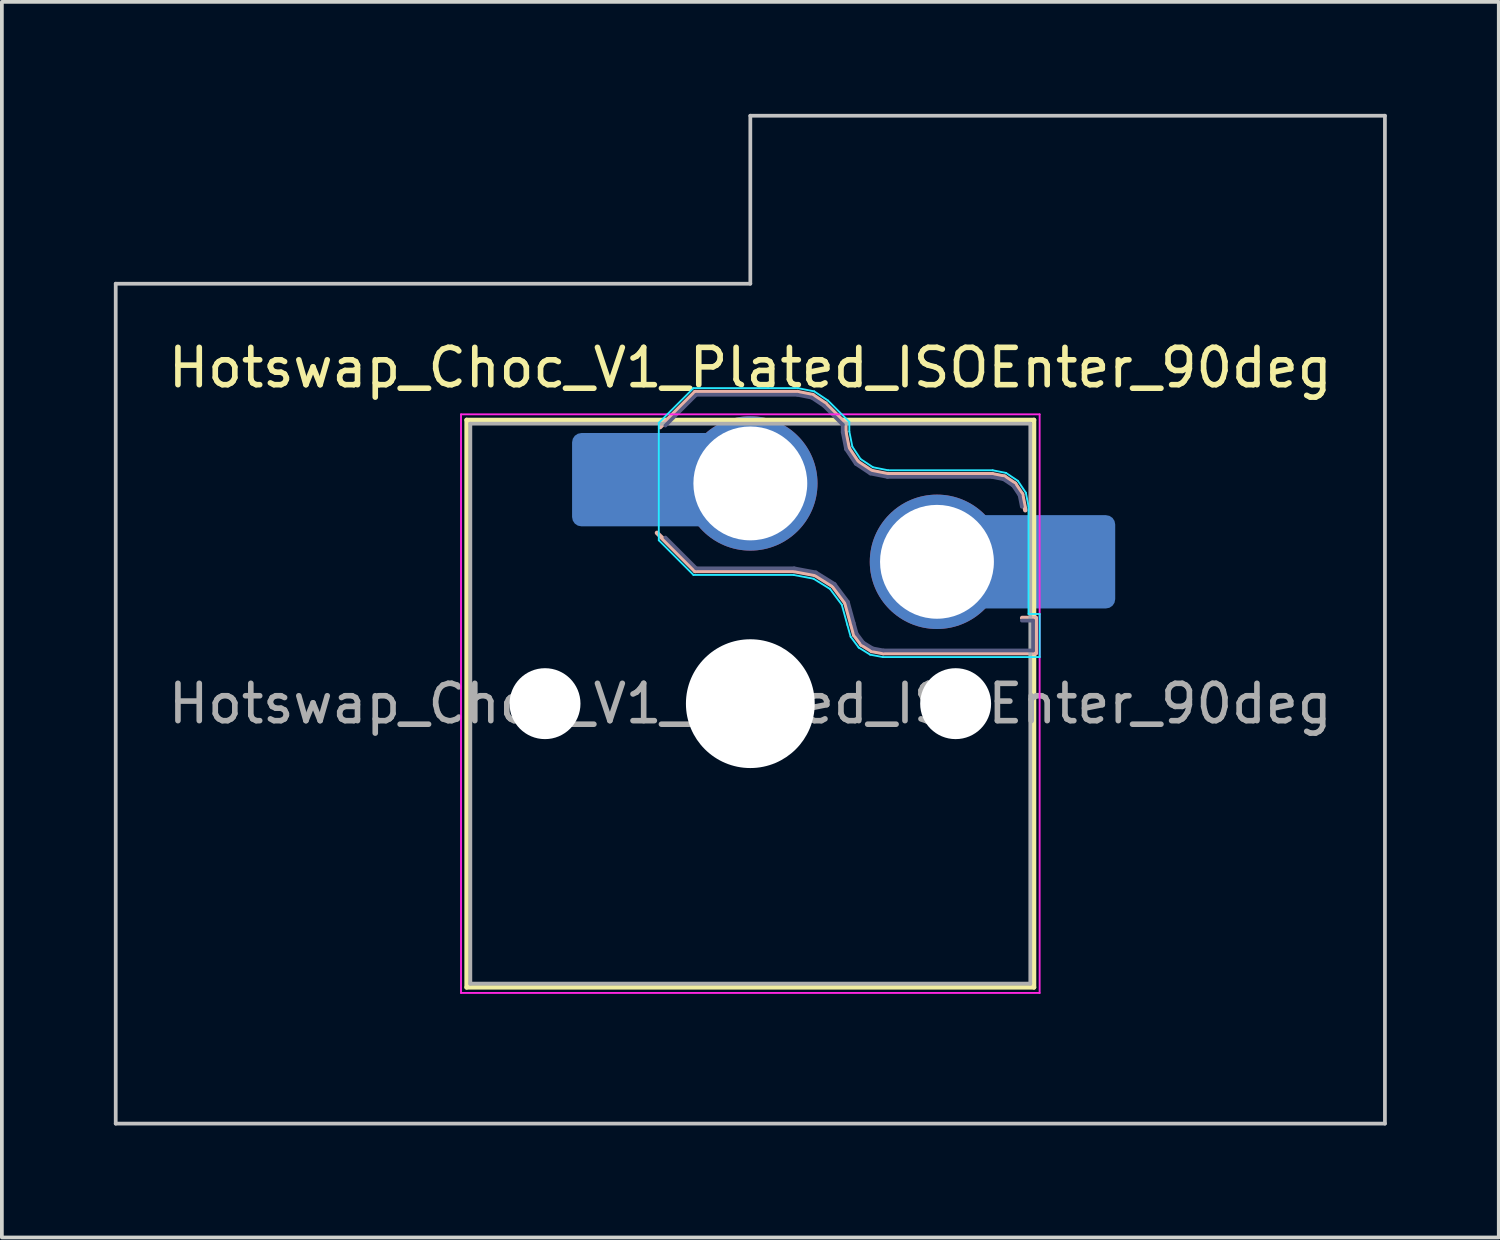
<source format=kicad_pcb>
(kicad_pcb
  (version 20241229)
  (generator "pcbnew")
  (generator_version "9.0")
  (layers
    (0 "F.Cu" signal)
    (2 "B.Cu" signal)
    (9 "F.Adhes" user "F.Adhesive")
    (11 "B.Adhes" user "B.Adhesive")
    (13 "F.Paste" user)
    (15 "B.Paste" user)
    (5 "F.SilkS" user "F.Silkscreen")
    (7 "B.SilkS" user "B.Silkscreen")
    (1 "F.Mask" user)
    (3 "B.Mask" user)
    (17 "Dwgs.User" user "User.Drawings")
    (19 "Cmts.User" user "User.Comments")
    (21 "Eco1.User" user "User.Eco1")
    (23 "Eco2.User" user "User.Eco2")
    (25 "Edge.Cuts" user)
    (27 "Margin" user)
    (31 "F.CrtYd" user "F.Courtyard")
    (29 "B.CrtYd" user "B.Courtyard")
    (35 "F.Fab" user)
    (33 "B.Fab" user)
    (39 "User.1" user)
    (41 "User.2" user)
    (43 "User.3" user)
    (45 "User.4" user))
  (footprint "Hotswap_Choc_V1_Plated_ISOEnter_90deg"
    (layer "F.Cu")
    (at 17.05 15.8)
    (property "Reference" "Hotswap_Choc_V1_Plated_ISOEnter_90deg" (at 0 -9 0) (layer "F.SilkS") (effects (font (size 1 1) (thickness 0.15))))
    (attr smd allow_soldermask_bridges)
    (fp_line (start -7.6 -7.6) (end -7.6 7.6) (stroke (width 0.12) (type solid)) (layer "F.SilkS"))
    (fp_line (start -7.6 7.6) (end 7.6 7.6) (stroke (width 0.12) (type solid)) (layer "F.SilkS"))
    (fp_line (start 7.6 -7.6) (end -7.6 -7.6) (stroke (width 0.12) (type solid)) (layer "F.SilkS"))
    (fp_line (start 7.6 7.6) (end 7.6 -7.6) (stroke (width 0.12) (type solid)) (layer "F.SilkS"))
    (fp_line (start -2.416 -7.409) (end -1.479 -8.346) (stroke (width 0.12) (type solid)) (layer "B.SilkS"))
    (fp_line (start -1.479 -8.346) (end 1.268 -8.346) (stroke (width 0.12) (type solid)) (layer "B.SilkS"))
    (fp_line (start -1.479 -3.554) (end -2.5 -4.575) (stroke (width 0.12) (type solid)) (layer "B.SilkS"))
    (fp_line (start 1.168 -3.554) (end -1.479 -3.554) (stroke (width 0.12) (type solid)) (layer "B.SilkS"))
    (fp_line (start 1.268 -8.346) (end 1.671 -8.266) (stroke (width 0.12) (type solid)) (layer "B.SilkS"))
    (fp_line (start 1.671 -8.266) (end 2.013 -8.037) (stroke (width 0.12) (type solid)) (layer "B.SilkS"))
    (fp_line (start 1.73 -3.449) (end 1.168 -3.554) (stroke (width 0.12) (type solid)) (layer "B.SilkS"))
    (fp_line (start 2.013 -8.037) (end 2.546 -7.504) (stroke (width 0.12) (type solid)) (layer "B.SilkS"))
    (fp_line (start 2.209 -3.15) (end 1.73 -3.449) (stroke (width 0.12) (type solid)) (layer "B.SilkS"))
    (fp_line (start 2.546 -7.504) (end 2.546 -7.282) (stroke (width 0.12) (type solid)) (layer "B.SilkS"))
    (fp_line (start 2.546 -7.282) (end 2.633 -6.844) (stroke (width 0.12) (type solid)) (layer "B.SilkS"))
    (fp_line (start 2.547 -2.697) (end 2.209 -3.15) (stroke (width 0.12) (type solid)) (layer "B.SilkS"))
    (fp_line (start 2.633 -6.844) (end 2.877 -6.477) (stroke (width 0.12) (type solid)) (layer "B.SilkS"))
    (fp_line (start 2.701 -2.139) (end 2.547 -2.697) (stroke (width 0.12) (type solid)) (layer "B.SilkS"))
    (fp_line (start 2.783 -1.841) (end 2.701 -2.139) (stroke (width 0.12) (type solid)) (layer "B.SilkS"))
    (fp_line (start 2.877 -6.477) (end 3.244 -6.233) (stroke (width 0.12) (type solid)) (layer "B.SilkS"))
    (fp_line (start 2.976 -1.583) (end 2.783 -1.841) (stroke (width 0.12) (type solid)) (layer "B.SilkS"))
    (fp_line (start 3.244 -6.233) (end 3.682 -6.146) (stroke (width 0.12) (type solid)) (layer "B.SilkS"))
    (fp_line (start 3.25 -1.413) (end 2.976 -1.583) (stroke (width 0.12) (type solid)) (layer "B.SilkS"))
    (fp_line (start 3.56 -1.354) (end 3.25 -1.413) (stroke (width 0.12) (type solid)) (layer "B.SilkS"))
    (fp_line (start 3.682 -6.146) (end 6.482 -6.146) (stroke (width 0.12) (type solid)) (layer "B.SilkS"))
    (fp_line (start 6.482 -6.146) (end 6.809 -6.081) (stroke (width 0.12) (type solid)) (layer "B.SilkS"))
    (fp_line (start 6.809 -6.081) (end 7.092 -5.892) (stroke (width 0.12) (type solid)) (layer "B.SilkS"))
    (fp_line (start 7.092 -5.892) (end 7.281 -5.609) (stroke (width 0.12) (type solid)) (layer "B.SilkS"))
    (fp_line (start 7.281 -5.609) (end 7.366 -5.182) (stroke (width 0.12) (type solid)) (layer "B.SilkS"))
    (fp_line (start 7.283 -2.296) (end 7.646 -2.296) (stroke (width 0.12) (type solid)) (layer "B.SilkS"))
    (fp_line (start 7.646 -2.296) (end 7.646 -1.354) (stroke (width 0.12) (type solid)) (layer "B.SilkS"))
    (fp_line (start 7.646 -1.354) (end 3.56 -1.354) (stroke (width 0.12) (type solid)) (layer "B.SilkS"))
    (fp_line (start -17 -11.25) (end -17 11.25) (stroke (width 0.1) (type solid)) (layer "Dwgs.User"))
    (fp_line (start -17 11.25) (end 17 11.25) (stroke (width 0.1) (type solid)) (layer "Dwgs.User"))
    (fp_line (start 0 -15.75) (end 0 -11.25) (stroke (width 0.1) (type solid)) (layer "Dwgs.User"))
    (fp_line (start 0 -11.25) (end -17 -11.25) (stroke (width 0.1) (type solid)) (layer "Dwgs.User"))
    (fp_line (start 17 -15.75) (end 0 -15.75) (stroke (width 0.1) (type solid)) (layer "Dwgs.User"))
    (fp_line (start 17 11.25) (end 17 -15.75) (stroke (width 0.1) (type solid)) (layer "Dwgs.User"))
    (fp_line (start -7.25 -7.25) (end -7.25 7.25) (stroke (width 0.1) (type solid)) (layer "Eco1.User"))
    (fp_line (start -7.25 7.25) (end 7.25 7.25) (stroke (width 0.1) (type solid)) (layer "Eco1.User"))
    (fp_line (start 7.25 -7.25) (end -7.25 -7.25) (stroke (width 0.1) (type solid)) (layer "Eco1.User"))
    (fp_line (start 7.25 7.25) (end 7.25 -7.25) (stroke (width 0.1) (type solid)) (layer "Eco1.User"))
    (fp_line (start -2.452 -7.523) (end -1.523 -8.452) (stroke (width 0.05) (type solid)) (layer "B.CrtYd"))
    (fp_line (start -2.452 -4.377) (end -2.452 -7.523) (stroke (width 0.05) (type solid)) (layer "B.CrtYd"))
    (fp_line (start -1.523 -8.452) (end 1.278 -8.452) (stroke (width 0.05) (type solid)) (layer "B.CrtYd"))
    (fp_line (start -1.523 -3.448) (end -2.452 -4.377) (stroke (width 0.05) (type solid)) (layer "B.CrtYd"))
    (fp_line (start 1.159 -3.448) (end -1.523 -3.448) (stroke (width 0.05) (type solid)) (layer "B.CrtYd"))
    (fp_line (start 1.278 -8.452) (end 1.712 -8.366) (stroke (width 0.05) (type solid)) (layer "B.CrtYd"))
    (fp_line (start 1.691 -3.348) (end 1.159 -3.448) (stroke (width 0.05) (type solid)) (layer "B.CrtYd"))
    (fp_line (start 1.712 -8.366) (end 2.081 -8.119) (stroke (width 0.05) (type solid)) (layer "B.CrtYd"))
    (fp_line (start 2.081 -8.119) (end 2.652 -7.548) (stroke (width 0.05) (type solid)) (layer "B.CrtYd"))
    (fp_line (start 2.136 -3.071) (end 1.691 -3.348) (stroke (width 0.05) (type solid)) (layer "B.CrtYd"))
    (fp_line (start 2.45 -2.65) (end 2.136 -3.071) (stroke (width 0.05) (type solid)) (layer "B.CrtYd"))
    (fp_line (start 2.599 -2.111) (end 2.45 -2.65) (stroke (width 0.05) (type solid)) (layer "B.CrtYd"))
    (fp_line (start 2.652 -7.548) (end 2.652 -7.292) (stroke (width 0.05) (type solid)) (layer "B.CrtYd"))
    (fp_line (start 2.652 -7.292) (end 2.733 -6.885) (stroke (width 0.05) (type solid)) (layer "B.CrtYd"))
    (fp_line (start 2.687 -1.794) (end 2.599 -2.111) (stroke (width 0.05) (type solid)) (layer "B.CrtYd"))
    (fp_line (start 2.733 -6.885) (end 2.953 -6.553) (stroke (width 0.05) (type solid)) (layer "B.CrtYd"))
    (fp_line (start 2.903 -1.503) (end 2.687 -1.794) (stroke (width 0.05) (type solid)) (layer "B.CrtYd"))
    (fp_line (start 2.953 -6.553) (end 3.285 -6.333) (stroke (width 0.05) (type solid)) (layer "B.CrtYd"))
    (fp_line (start 3.211 -1.312) (end 2.903 -1.503) (stroke (width 0.05) (type solid)) (layer "B.CrtYd"))
    (fp_line (start 3.285 -6.333) (end 3.692 -6.252) (stroke (width 0.05) (type solid)) (layer "B.CrtYd"))
    (fp_line (start 3.55 -1.248) (end 3.211 -1.312) (stroke (width 0.05) (type solid)) (layer "B.CrtYd"))
    (fp_line (start 3.692 -6.252) (end 6.492 -6.252) (stroke (width 0.05) (type solid)) (layer "B.CrtYd"))
    (fp_line (start 6.492 -6.252) (end 6.85 -6.181) (stroke (width 0.05) (type solid)) (layer "B.CrtYd"))
    (fp_line (start 6.85 -6.181) (end 7.168 -5.968) (stroke (width 0.05) (type solid)) (layer "B.CrtYd"))
    (fp_line (start 7.168 -5.968) (end 7.381 -5.65) (stroke (width 0.05) (type solid)) (layer "B.CrtYd"))
    (fp_line (start 7.381 -5.65) (end 7.452 -5.292) (stroke (width 0.05) (type solid)) (layer "B.CrtYd"))
    (fp_line (start 7.452 -5.292) (end 7.452 -2.402) (stroke (width 0.05) (type solid)) (layer "B.CrtYd"))
    (fp_line (start 7.452 -2.402) (end 7.752 -2.402) (stroke (width 0.05) (type solid)) (layer "B.CrtYd"))
    (fp_line (start 7.752 -2.402) (end 7.752 -1.248) (stroke (width 0.05) (type solid)) (layer "B.CrtYd"))
    (fp_line (start 7.752 -1.248) (end 3.55 -1.248) (stroke (width 0.05) (type solid)) (layer "B.CrtYd"))
    (fp_line (start -7.75 -7.75) (end -7.75 7.75) (stroke (width 0.05) (type solid)) (layer "F.CrtYd"))
    (fp_line (start -7.75 7.75) (end 7.75 7.75) (stroke (width 0.05) (type solid)) (layer "F.CrtYd"))
    (fp_line (start 7.75 -7.75) (end -7.75 -7.75) (stroke (width 0.05) (type solid)) (layer "F.CrtYd"))
    (fp_line (start 7.75 7.75) (end 7.75 -7.75) (stroke (width 0.05) (type solid)) (layer "F.CrtYd"))
    (fp_line (start -2.275 -7.45) (end -1.45 -8.275) (stroke (width 0.1) (type solid)) (layer "B.Fab"))
    (fp_line (start -1.45 -8.275) (end 1.261 -8.275) (stroke (width 0.1) (type solid)) (layer "B.Fab"))
    (fp_line (start -1.45 -3.625) (end -2.275 -4.45) (stroke (width 0.1) (type solid)) (layer "B.Fab"))
    (fp_line (start 1.175 -3.625) (end -1.45 -3.625) (stroke (width 0.1) (type solid)) (layer "B.Fab"))
    (fp_line (start 1.261 -8.275) (end 1.643 -8.199) (stroke (width 0.1) (type solid)) (layer "B.Fab"))
    (fp_line (start 1.643 -8.199) (end 1.968 -7.982) (stroke (width 0.1) (type solid)) (layer "B.Fab"))
    (fp_line (start 1.756 -3.516) (end 1.175 -3.625) (stroke (width 0.1) (type solid)) (layer "B.Fab"))
    (fp_line (start 1.968 -7.982) (end 2.475 -7.475) (stroke (width 0.1) (type solid)) (layer "B.Fab"))
    (fp_line (start 2.258 -3.203) (end 1.756 -3.516) (stroke (width 0.1) (type solid)) (layer "B.Fab"))
    (fp_line (start 2.475 -7.475) (end 2.475 -7.275) (stroke (width 0.1) (type solid)) (layer "B.Fab"))
    (fp_line (start 2.475 -7.275) (end 2.566 -6.816) (stroke (width 0.1) (type solid)) (layer "B.Fab"))
    (fp_line (start 2.566 -6.816) (end 2.826 -6.426) (stroke (width 0.1) (type solid)) (layer "B.Fab"))
    (fp_line (start 2.612 -2.729) (end 2.258 -3.203) (stroke (width 0.1) (type solid)) (layer "B.Fab"))
    (fp_line (start 2.769 -2.158) (end 2.612 -2.729) (stroke (width 0.1) (type solid)) (layer "B.Fab"))
    (fp_line (start 2.826 -6.426) (end 3.216 -6.166) (stroke (width 0.1) (type solid)) (layer "B.Fab"))
    (fp_line (start 2.848 -1.873) (end 2.769 -2.158) (stroke (width 0.1) (type solid)) (layer "B.Fab"))
    (fp_line (start 3.025 -1.636) (end 2.848 -1.873) (stroke (width 0.1) (type solid)) (layer "B.Fab"))
    (fp_line (start 3.216 -6.166) (end 3.675 -6.075) (stroke (width 0.1) (type solid)) (layer "B.Fab"))
    (fp_line (start 3.276 -1.48) (end 3.025 -1.636) (stroke (width 0.1) (type solid)) (layer "B.Fab"))
    (fp_line (start 3.567 -1.425) (end 3.276 -1.48) (stroke (width 0.1) (type solid)) (layer "B.Fab"))
    (fp_line (start 3.675 -6.075) (end 6.475 -6.075) (stroke (width 0.1) (type solid)) (layer "B.Fab"))
    (fp_line (start 6.475 -6.075) (end 6.781 -6.014) (stroke (width 0.1) (type solid)) (layer "B.Fab"))
    (fp_line (start 6.781 -6.014) (end 7.041 -5.841) (stroke (width 0.1) (type solid)) (layer "B.Fab"))
    (fp_line (start 7.041 -5.841) (end 7.214 -5.581) (stroke (width 0.1) (type solid)) (layer "B.Fab"))
    (fp_line (start 7.214 -5.581) (end 7.275 -5.275) (stroke (width 0.1) (type solid)) (layer "B.Fab"))
    (fp_line (start 7.275 -2.225) (end 7.575 -2.225) (stroke (width 0.1) (type solid)) (layer "B.Fab"))
    (fp_line (start 7.575 -2.225) (end 7.575 -1.425) (stroke (width 0.1) (type solid)) (layer "B.Fab"))
    (fp_line (start 7.575 -1.425) (end 3.567 -1.425) (stroke (width 0.1) (type solid)) (layer "B.Fab"))
    (fp_line (start -7.5 -7.5) (end -7.5 7.5) (stroke (width 0.1) (type solid)) (layer "F.Fab"))
    (fp_line (start -7.5 7.5) (end 7.5 7.5) (stroke (width 0.1) (type solid)) (layer "F.Fab"))
    (fp_line (start 7.5 -7.5) (end -7.5 -7.5) (stroke (width 0.1) (type solid)) (layer "F.Fab"))
    (fp_line (start 7.5 7.5) (end 7.5 -7.5) (stroke (width 0.1) (type solid)) (layer "F.Fab"))
    (fp_text user "${REFERENCE}" (at 0 0 0) (layer "F.Fab") (effects (font (size 1 1) (thickness 0.15))))
    (pad "" np_thru_hole circle (at -5.5 0) (size 1.9 1.9) (drill 1.9) (layers "*.Cu" "*.Mask"))
    (pad "" smd roundrect (at -3.5 -6) (size 2.55 2.5) (layers "B.Mask" "B.Paste") (roundrect_rratio 0.1))
    (pad "" np_thru_hole circle (at 0 0) (size 3.45 3.45) (drill 3.45) (layers "*.Cu" "*.Mask"))
    (pad "" np_thru_hole circle (at 5.5 0) (size 1.9 1.9) (drill 1.9) (layers "*.Cu" "*.Mask"))
    (pad "" smd roundrect (at 8.5 -3.8) (size 2.55 2.5) (layers "B.Mask" "B.Paste") (roundrect_rratio 0.1))
    (pad "1" smd roundrect (at -2.85 -6) (size 3.85 2.5) (layers "B.Cu") (roundrect_rratio 0.1))
    (pad "1" thru_hole circle (at 0 -5.9) (size 3.6 3.6) (drill 3.05) (layers "*.Cu" "*.Mask"))
    (pad "2" thru_hole circle (at 5 -3.8) (size 3.6 3.6) (drill 3.05) (layers "*.Cu" "*.Mask"))
    (pad "2" smd roundrect (at 7.85 -3.8) (size 3.85 2.5) (layers "B.Cu") (roundrect_rratio 0.1)))
  (gr_rect
    (start -3 -3)
    (end 37.1 30.1)
    (stroke (width 0.1) (type default))
    (fill no)
    (layer "Edge.Cuts")))
</source>
